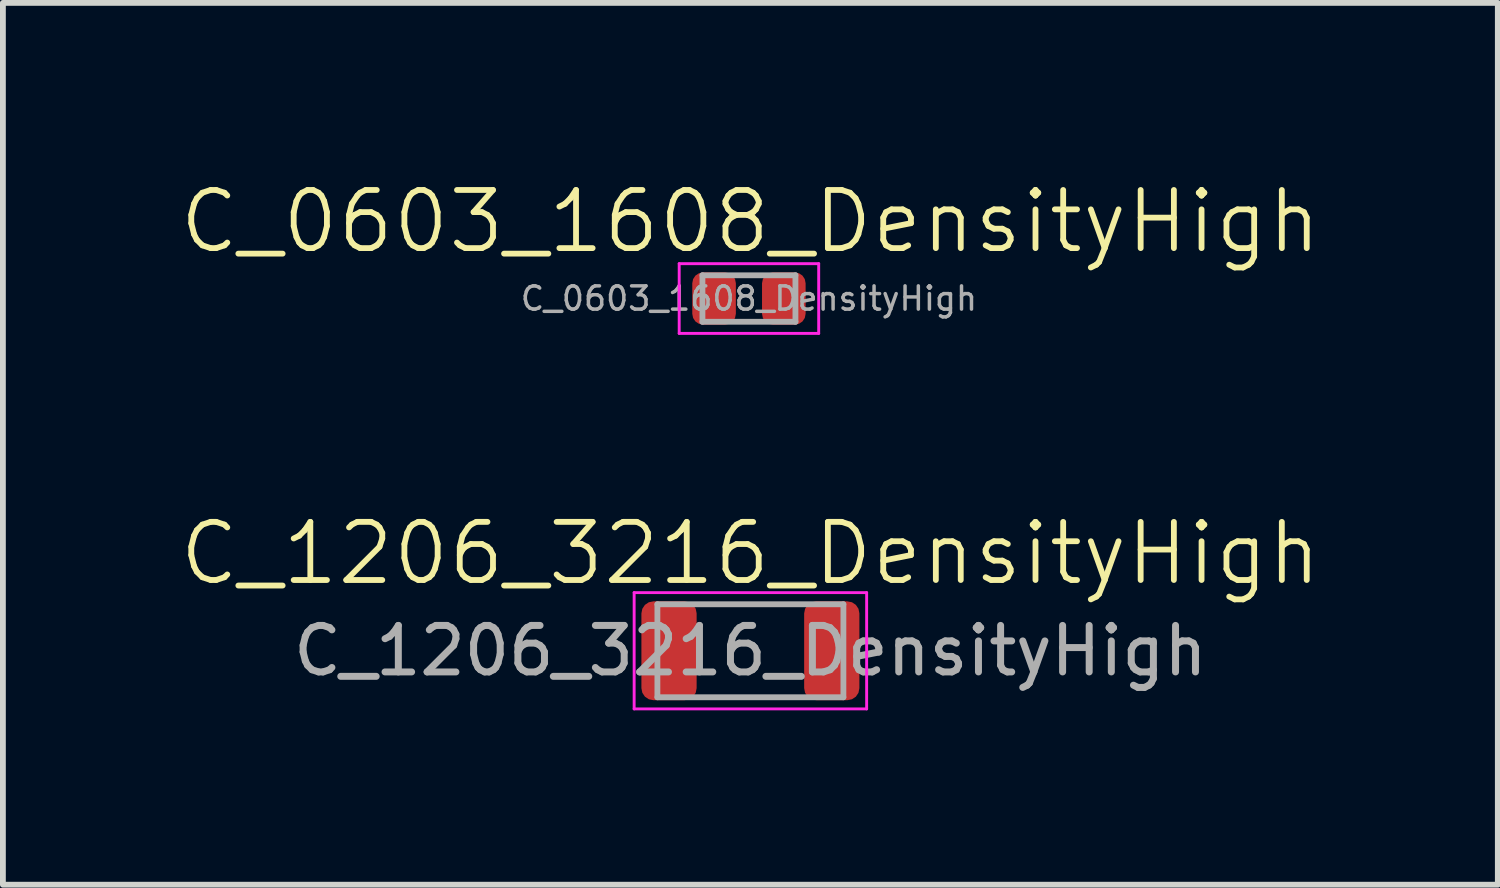
<source format=kicad_pcb>
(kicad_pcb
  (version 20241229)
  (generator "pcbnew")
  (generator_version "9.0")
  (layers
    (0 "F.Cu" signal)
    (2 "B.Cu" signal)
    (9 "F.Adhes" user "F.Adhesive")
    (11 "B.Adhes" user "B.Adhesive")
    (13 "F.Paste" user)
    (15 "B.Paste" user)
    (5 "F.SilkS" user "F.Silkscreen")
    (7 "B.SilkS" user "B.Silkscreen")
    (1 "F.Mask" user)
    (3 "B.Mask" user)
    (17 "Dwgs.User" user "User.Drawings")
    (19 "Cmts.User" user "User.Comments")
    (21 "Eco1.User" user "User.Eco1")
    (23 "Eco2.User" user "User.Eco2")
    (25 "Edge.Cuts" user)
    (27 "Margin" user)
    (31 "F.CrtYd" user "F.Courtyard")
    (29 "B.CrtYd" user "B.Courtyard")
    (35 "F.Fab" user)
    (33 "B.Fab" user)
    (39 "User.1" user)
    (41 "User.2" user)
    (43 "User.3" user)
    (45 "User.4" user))
  (footprint "C_1206_3216_DensityHigh"
    (layer "F.Cu")
    (at 9.86 8.146)
    (property "Reference" "C_1206_3216_DensityHigh" (at 0 -1.675 0) (unlocked yes) (layer "F.SilkS") (effects (font (size 1 1) (thickness 0.1))))
    (attr smd)
    (fp_line (start -2 -1) (end 2 -1) (stroke (width 0.05) (type solid)) (layer "F.CrtYd"))
    (fp_line (start -2 1) (end -2 -1) (stroke (width 0.05) (type solid)) (layer "F.CrtYd"))
    (fp_line (start 2 -1) (end 2 1) (stroke (width 0.05) (type solid)) (layer "F.CrtYd"))
    (fp_line (start 2 1) (end -2 1) (stroke (width 0.05) (type solid)) (layer "F.CrtYd"))
    (fp_line (start -1.6 -0.8) (end 1.6 -0.8) (stroke (width 0.1) (type solid)) (layer "F.Fab"))
    (fp_line (start -1.6 0.8) (end -1.6 -0.8) (stroke (width 0.1) (type solid)) (layer "F.Fab"))
    (fp_line (start 1.6 -0.8) (end 1.6 0.8) (stroke (width 0.1) (type solid)) (layer "F.Fab"))
    (fp_line (start 1.6 0.8) (end -1.6 0.8) (stroke (width 0.1) (type solid)) (layer "F.Fab"))
    (fp_text user "${REFERENCE}" (at 0 0 0) (layer "F.Fab") (effects (font (size 0.8 0.8) (thickness 0.12))))
    (pad "1" smd roundrect (at -1.4 0) (size 0.95 1.7) (layers "F.Cu" "F.Mask" "F.Paste") (roundrect_rratio 0.217))
    (pad "2" smd roundrect (at 1.4 0) (size 0.95 1.7) (layers "F.Cu" "F.Mask" "F.Paste") (roundrect_rratio 0.217)))
  (footprint "C_0603_1608_DensityHigh"
    (layer "F.Cu")
    (at 9.835 2.086)
    (property "Reference" "C_0603_1608_DensityHigh" (at 0.025 -1.325 0) (unlocked yes) (layer "F.SilkS") (effects (font (size 1 1) (thickness 0.1))))
    (attr smd)
    (fp_line (start -1.2 -0.6) (end 1.2 -0.6) (stroke (width 0.05) (type solid)) (layer "F.CrtYd"))
    (fp_line (start -1.2 0.6) (end -1.2 -0.6) (stroke (width 0.05) (type solid)) (layer "F.CrtYd"))
    (fp_line (start 1.2 -0.6) (end 1.2 0.6) (stroke (width 0.05) (type solid)) (layer "F.CrtYd"))
    (fp_line (start 1.2 0.6) (end -1.2 0.6) (stroke (width 0.05) (type solid)) (layer "F.CrtYd"))
    (fp_line (start -0.8 -0.4) (end 0.8 -0.4) (stroke (width 0.1) (type solid)) (layer "F.Fab"))
    (fp_line (start -0.8 0.4) (end -0.8 -0.4) (stroke (width 0.1) (type solid)) (layer "F.Fab"))
    (fp_line (start 0.8 -0.4) (end 0.8 0.4) (stroke (width 0.1) (type solid)) (layer "F.Fab"))
    (fp_line (start 0.8 0.4) (end -0.8 0.4) (stroke (width 0.1) (type solid)) (layer "F.Fab"))
    (fp_text user "${REFERENCE}" (at 0 0 0) (layer "F.Fab") (effects (font (size 0.4 0.4) (thickness 0.06))))
    (pad "1" smd roundrect (at -0.6 0) (size 0.75 0.9) (layers "F.Cu" "F.Mask" "F.Paste") (roundrect_rratio 0.25))
    (pad "2" smd roundrect (at 0.6 0) (size 0.75 0.9) (layers "F.Cu" "F.Mask" "F.Paste") (roundrect_rratio 0.25)))
  (gr_rect
    (start -3 -3)
    (end 22.719 12.171)
    (stroke (width 0.1) (type default))
    (fill no)
    (layer "Edge.Cuts")))
</source>
